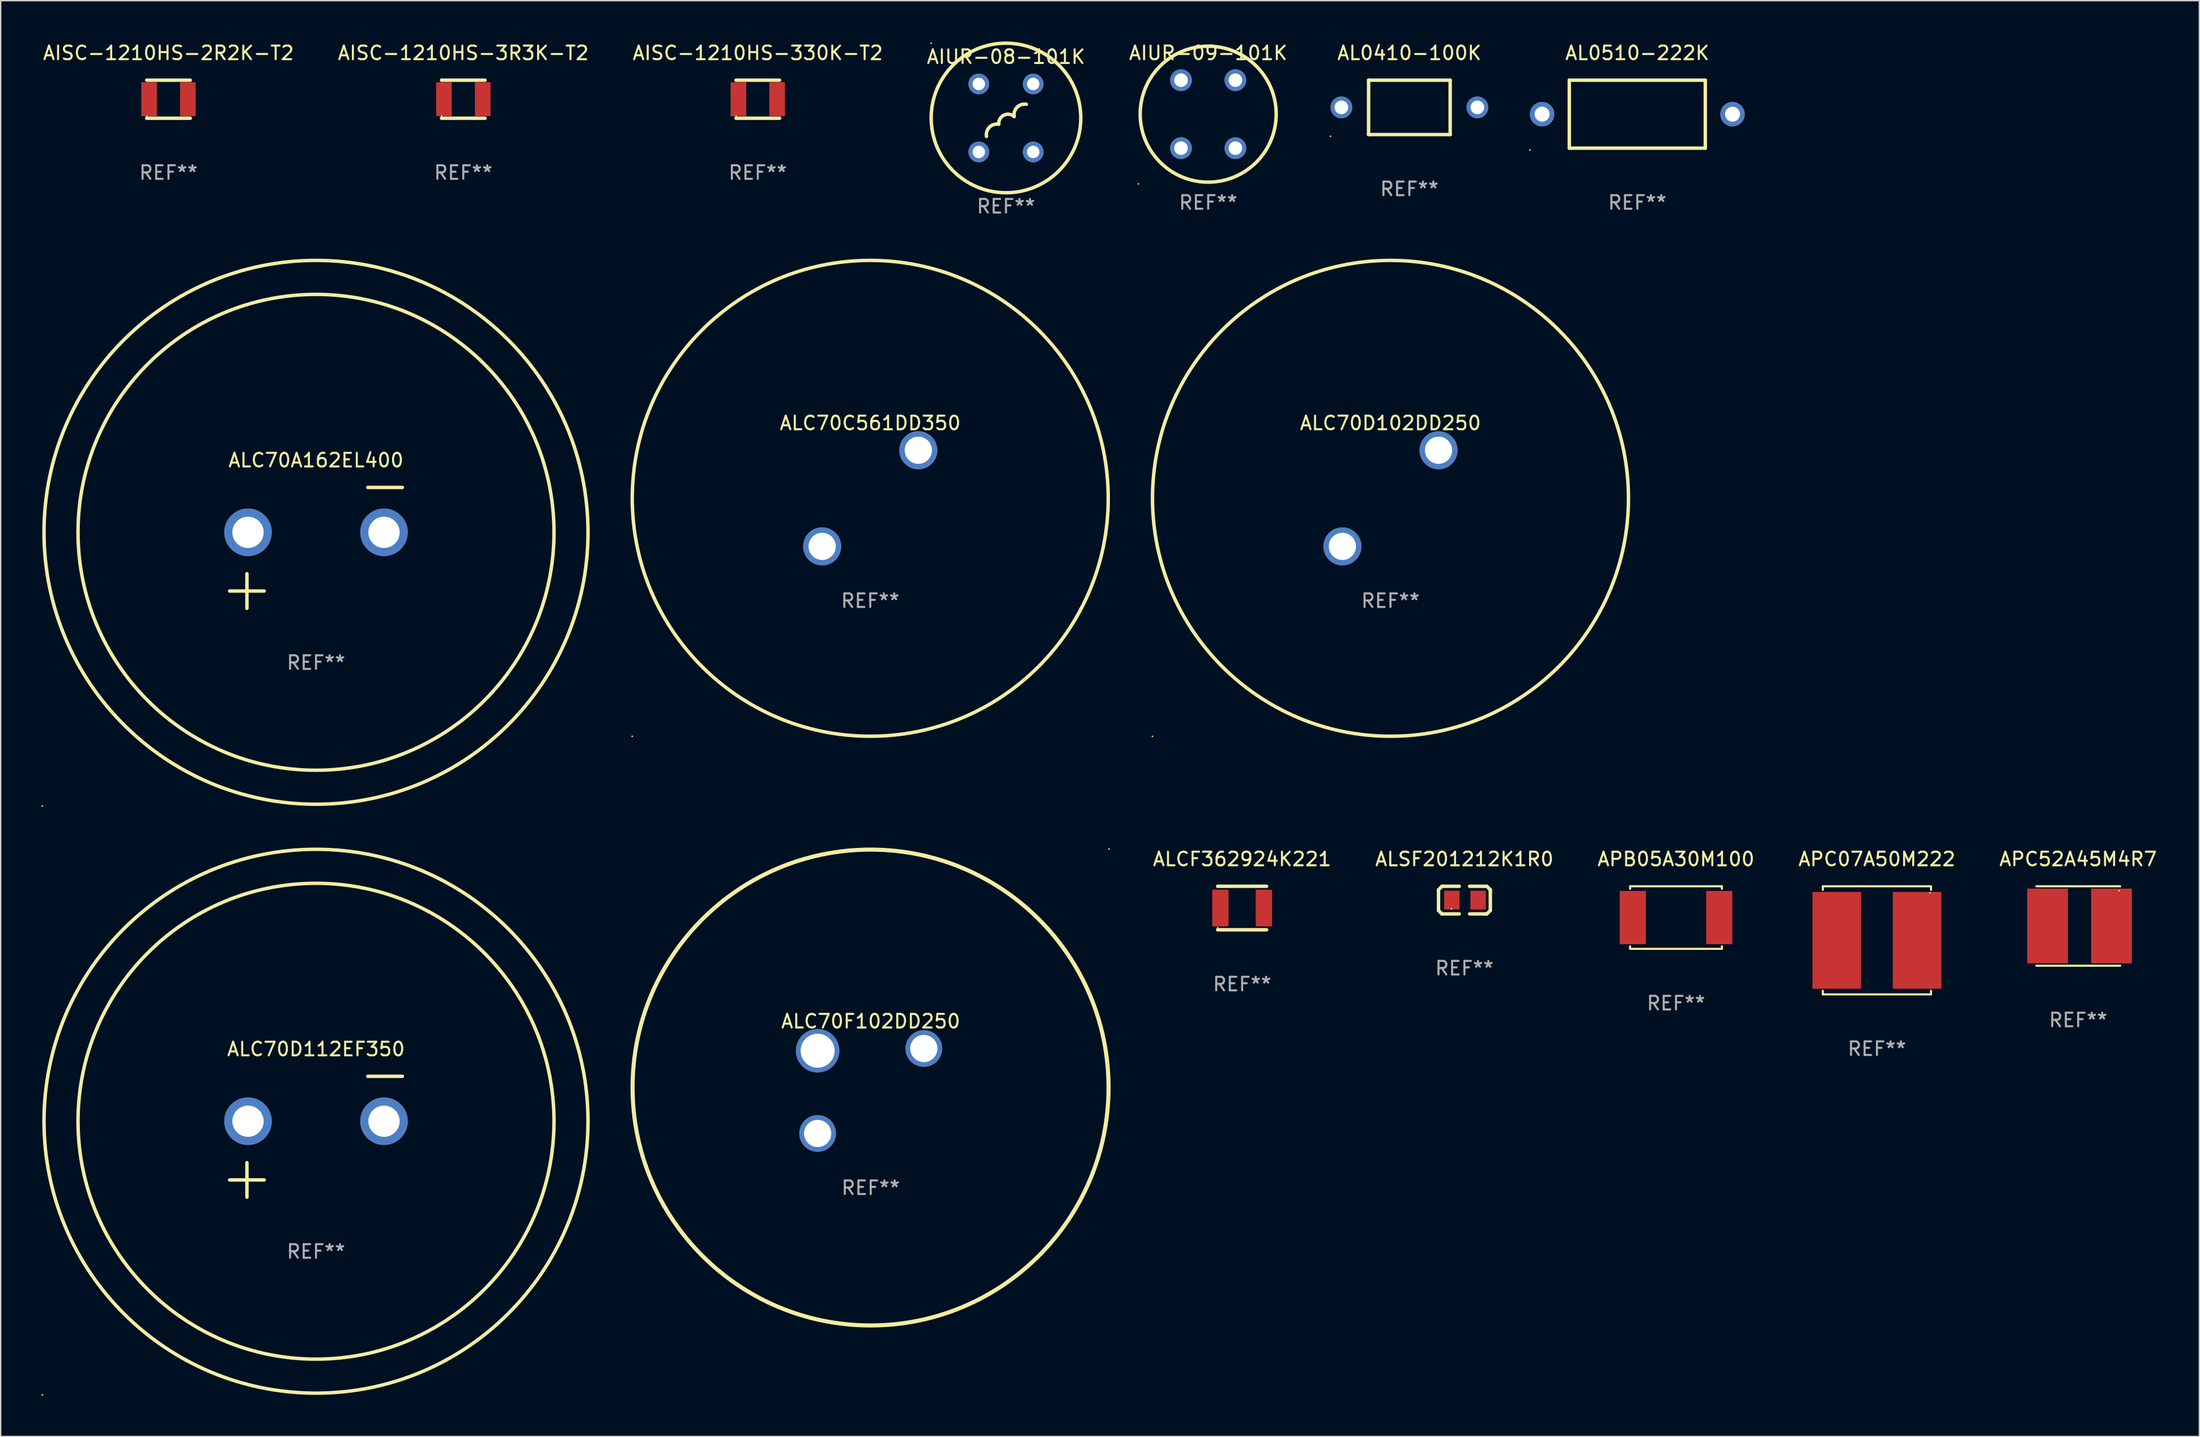
<source format=kicad_pcb>
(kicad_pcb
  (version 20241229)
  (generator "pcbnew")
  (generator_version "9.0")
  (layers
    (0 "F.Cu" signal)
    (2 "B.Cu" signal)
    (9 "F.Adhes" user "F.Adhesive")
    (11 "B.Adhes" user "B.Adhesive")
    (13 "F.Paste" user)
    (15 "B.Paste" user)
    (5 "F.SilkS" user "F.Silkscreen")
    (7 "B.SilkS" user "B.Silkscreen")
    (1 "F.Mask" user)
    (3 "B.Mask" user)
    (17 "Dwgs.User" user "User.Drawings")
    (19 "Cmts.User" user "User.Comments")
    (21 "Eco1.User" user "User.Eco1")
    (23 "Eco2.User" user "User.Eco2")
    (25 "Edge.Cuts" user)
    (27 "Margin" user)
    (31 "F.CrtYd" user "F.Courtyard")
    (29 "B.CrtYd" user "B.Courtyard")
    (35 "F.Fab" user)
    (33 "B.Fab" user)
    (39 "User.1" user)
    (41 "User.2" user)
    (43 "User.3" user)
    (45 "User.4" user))
  (footprint "ALCF362924K221"
    (layer "F.Cu")
    (at 88.288 63.739)
    (property "Reference" "ALCF362924K221" (at 0 -3.6 0) (layer "F.SilkS") (effects (font (size 1 1) (thickness 0.15))))
    (attr through_hole)
    (fp_line (start -1.8 -1.6) (end 1.8 -1.6) (stroke (width 0.254) (type solid)) (layer "F.SilkS"))
    (fp_line (start -1.8 1.6) (end 1.8 1.6) (stroke (width 0.254) (type solid)) (layer "F.SilkS"))
    (fp_circle (center -1.8 1.45) (end -1.77 1.45) (stroke (width 0.06) (type solid)) (fill no) (layer "F.SilkS"))
    (fp_text user "REF**" (at 0 5.6 0) (layer "F.Fab") (effects (font (size 1 1) (thickness 0.15))))
    (pad "1" smd rect (at -1.6 0 90) (size 2.7 1.2) (layers "F.Cu" "F.Mask" "F.Paste"))
    (pad "2" smd rect (at 1.6 0 90) (size 2.7 1.2) (layers "F.Cu" "F.Mask" "F.Paste")))
  (footprint "AIUR-08-101K"
    (layer "F.Cu")
    (at 70.923 5.627)
    (property "Reference" "AIUR-08-101K" (at 0 -4.5 0) (layer "F.SilkS") (effects (font (size 1 1) (thickness 0.15))))
    (attr through_hole)
    (fp_arc (start -1.432436 1.357531) (mid -1.21585 0.676098) (end -0.534417 0.459512) (stroke (width 0.254001) (type solid)) (layer "F.SilkS"))
    (fp_arc (start -0.534417 0.459512) (mid -0.156579 -0.204742) (end 0.601524 -0.108433) (stroke (width 0.254001) (type solid)) (layer "F.SilkS"))
    (fp_arc (start 0.601524 -0.108433) (mid 0.81811 -0.789866) (end 1.499543 -1.006452) (stroke (width 0.254001) (type solid)) (layer "F.SilkS"))
    (fp_circle (center -5.5 -5.5) (end -5.47 -5.5) (stroke (width 0.06) (type solid)) (fill no) (layer "F.SilkS"))
    (fp_circle (center 0 -0.000127) (end 5.5 -0.000127) (stroke (width 0.254) (type solid)) (fill no) (layer "F.SilkS"))
    (fp_text user "REF**" (at 0 6.5 0) (layer "F.Fab") (effects (font (size 1 1) (thickness 0.15))))
    (pad "1" thru_hole circle (at -2 -2.5) (size 1.524 1.524) (drill 0.914) (layers "*.Cu" "*.Mask"))
    (pad "2" thru_hole circle (at -2 2.5) (size 1.524 1.524) (drill 0.914) (layers "*.Cu" "*.Mask"))
    (pad "3" thru_hole circle (at 2 2.5) (size 1.524 1.524) (drill 0.914) (layers "*.Cu" "*.Mask"))
    (pad "4" thru_hole circle (at 2 -2.5) (size 1.524 1.524) (drill 0.914) (layers "*.Cu" "*.Mask")))
  (footprint "ALC70D112EF350"
    (layer "F.Cu")
    (at 20.187 80.562)
    (property "Reference" "ALC70D112EF350" (at 0 -6.445 0) (layer "F.SilkS") (effects (font (size 1 1) (thickness 0.15))))
    (attr through_hole)
    (fp_line (start -6.35 3.175) (end -3.81 3.175) (stroke (width 0.254) (type solid)) (layer "F.SilkS"))
    (fp_line (start -5.08 1.905) (end -5.08 4.445) (stroke (width 0.254) (type solid)) (layer "F.SilkS"))
    (fp_line (start 3.81 -4.445) (end 6.35 -4.445) (stroke (width 0.254) (type solid)) (layer "F.SilkS"))
    (fp_circle (center -20.127 18.984) (end -20.097 18.984) (stroke (width 0.06) (type solid)) (fill no) (layer "F.SilkS"))
    (fp_circle (center 0 -1.143) (end 17.5 -1.143) (stroke (width 0.254) (type solid)) (fill no) (layer "F.SilkS"))
    (fp_circle (center 0 -1.143) (end 20.001 -1.143) (stroke (width 0.254) (type solid)) (fill no) (layer "F.SilkS"))
    (fp_text user "REF**" (at 0 8.445 0) (layer "F.Fab") (effects (font (size 1 1) (thickness 0.15))))
    (pad "1" thru_hole circle (at -5 -1.143) (size 3.5 3.5) (drill 2.3) (layers "*.Cu" "*.Mask"))
    (pad "2" thru_hole circle (at 5 -1.143) (size 3.5 3.5) (drill 2.3) (layers "*.Cu" "*.Mask")))
  (footprint "AISC-1210HS-330K-T2"
    (layer "F.Cu")
    (at 52.673 4.248)
    (property "Reference" "AISC-1210HS-330K-T2" (at 0 -3.4 0) (layer "F.SilkS") (effects (font (size 1 1) (thickness 0.15))))
    (attr through_hole)
    (fp_line (start -1.6 -1.4) (end 1.6 -1.4) (stroke (width 0.254) (type solid)) (layer "F.SilkS"))
    (fp_line (start -1.6 1.4) (end 1.6 1.4) (stroke (width 0.254) (type solid)) (layer "F.SilkS"))
    (fp_circle (center -1.6 1.25) (end -1.57 1.25) (stroke (width 0.06) (type solid)) (fill no) (layer "F.SilkS"))
    (fp_text user "REF**" (at 0 5.4 0) (layer "F.Fab") (effects (font (size 1 1) (thickness 0.15))))
    (pad "1" smd rect (at -1.425 0 90) (size 2.5 1.15) (layers "F.Cu" "F.Mask" "F.Paste"))
    (pad "2" smd rect (at 1.425 0 90) (size 2.5 1.15) (layers "F.Cu" "F.Mask" "F.Paste")))
  (footprint "APB05A30M100"
    (layer "F.Cu")
    (at 120.193 64.44)
    (property "Reference" "APB05A30M100" (at 0 -4.301 0) (layer "F.SilkS") (effects (font (size 1 1) (thickness 0.15))))
    (attr through_hole)
    (fp_line (start -3.376 -2.301) (end 3.376 -2.301) (stroke (width 0.152) (type solid)) (layer "F.SilkS"))
    (fp_line (start -3.376 -2.112) (end -3.376 -2.301) (stroke (width 0.152) (type solid)) (layer "F.SilkS"))
    (fp_line (start -3.376 2.112) (end -3.376 2.301) (stroke (width 0.152) (type solid)) (layer "F.SilkS"))
    (fp_line (start -3.376 2.301) (end 3.376 2.301) (stroke (width 0.152) (type solid)) (layer "F.SilkS"))
    (fp_line (start 3.376 -2.301) (end 3.376 -2.112) (stroke (width 0.152) (type solid)) (layer "F.SilkS"))
    (fp_line (start 3.376 2.301) (end 3.376 2.112) (stroke (width 0.152) (type solid)) (layer "F.SilkS"))
    (fp_circle (center 3.31 -2.25) (end 3.34 -2.25) (stroke (width 0.06) (type solid)) (fill no) (layer "F.SilkS"))
    (fp_text user "REF**" (at 0 6.301 0) (layer "F.Fab") (effects (font (size 1 1) (thickness 0.15))))
    (pad "1" smd rect (at 3.178 0) (size 1.924 3.92) (layers "F.Cu" "F.Mask" "F.Paste"))
    (pad "2" smd rect (at -3.178 0) (size 1.924 3.92) (layers "F.Cu" "F.Mask" "F.Paste")))
  (footprint "APC52A45M4R7"
    (layer "F.Cu")
    (at 149.764 65.06)
    (property "Reference" "APC52A45M4R7" (at 0 -4.921 0) (layer "F.SilkS") (effects (font (size 1 1) (thickness 0.15))))
    (attr through_hole)
    (fp_line (start -3.076 2.921) (end 3.076 2.921) (stroke (width 0.152) (type solid)) (layer "F.SilkS"))
    (fp_line (start -3.076 -2.921) (end 3.076 -2.921) (stroke (width 0.152) (type solid)) (layer "F.SilkS"))
    (fp_line (start 3.076 2.921) (end 3.076 2.921) (stroke (width 0.152) (type solid)) (layer "F.SilkS"))
    (fp_line (start 3.076 -2.921) (end 3.076 -2.921) (stroke (width 0.152) (type solid)) (layer "F.SilkS"))
    (fp_circle (center 2.999 -2.6) (end 3.029 -2.6) (stroke (width 0.06) (type solid)) (fill no) (layer "F.SilkS"))
    (fp_text user "REF**" (at 0 6.921 0) (layer "F.Fab") (effects (font (size 1 1) (thickness 0.15))))
    (pad "1" smd rect (at 2.45 -0.000013) (size 3 5.5) (layers "F.Cu" "F.Mask" "F.Paste"))
    (pad "2" smd rect (at -2.251 -0.000013) (size 3 5.5) (layers "F.Cu" "F.Mask" "F.Paste")))
  (footprint "ALC70F102DD250"
    (layer "F.Cu")
    (at 60.977 77.195)
    (property "Reference" "ALC70F102DD250" (at 0 -5.124 0) (layer "F.SilkS") (effects (font (size 1 1) (thickness 0.15))))
    (attr through_hole)
    (fp_circle (center -0.012 -0.254) (end 17.488 -0.254) (stroke (width 0.3) (type solid)) (fill no) (layer "F.SilkS"))
    (fp_circle (center 17.521 -17.796) (end 17.551 -17.796) (stroke (width 0.06) (type solid)) (fill no) (layer "F.SilkS"))
    (fp_text user "REF**" (at 0 7.124 0) (layer "F.Fab") (effects (font (size 1 1) (thickness 0.15))))
    (pad "1" thru_hole circle (at 3.904 -3.124) (size 2.7 2.7) (drill 2) (layers "*.Cu" "*.Mask"))
    (pad "2" thru_hole circle (at -3.904 -2.96) (size 3.2 3.2) (drill 2.5) (layers "*.Cu" "*.Mask"))
    (pad "2" thru_hole circle (at -3.904 3.124) (size 2.7 2.7) (drill 2) (layers "*.Cu" "*.Mask")))
  (footprint "AISC-1210HS-3R3K-T2"
    (layer "F.Cu")
    (at 31.018 4.248)
    (property "Reference" "AISC-1210HS-3R3K-T2" (at 0 -3.4 0) (layer "F.SilkS") (effects (font (size 1 1) (thickness 0.15))))
    (attr through_hole)
    (fp_line (start -1.6 -1.4) (end 1.6 -1.4) (stroke (width 0.254) (type solid)) (layer "F.SilkS"))
    (fp_line (start -1.6 1.4) (end 1.6 1.4) (stroke (width 0.254) (type solid)) (layer "F.SilkS"))
    (fp_circle (center -1.6 1.25) (end -1.57 1.25) (stroke (width 0.06) (type solid)) (fill no) (layer "F.SilkS"))
    (fp_text user "REF**" (at 0 5.4 0) (layer "F.Fab") (effects (font (size 1 1) (thickness 0.15))))
    (pad "1" smd rect (at -1.425 0 90) (size 2.5 1.15) (layers "F.Cu" "F.Mask" "F.Paste"))
    (pad "2" smd rect (at 1.425 0 90) (size 2.5 1.15) (layers "F.Cu" "F.Mask" "F.Paste")))
  (footprint "AISC-1210HS-2R2K-T2"
    (layer "F.Cu")
    (at 9.339 4.248)
    (property "Reference" "AISC-1210HS-2R2K-T2" (at 0 -3.4 0) (layer "F.SilkS") (effects (font (size 1 1) (thickness 0.15))))
    (attr through_hole)
    (fp_line (start -1.6 -1.4) (end 1.6 -1.4) (stroke (width 0.254) (type solid)) (layer "F.SilkS"))
    (fp_line (start -1.6 1.4) (end 1.6 1.4) (stroke (width 0.254) (type solid)) (layer "F.SilkS"))
    (fp_circle (center -1.6 1.25) (end -1.57 1.25) (stroke (width 0.06) (type solid)) (fill no) (layer "F.SilkS"))
    (fp_text user "REF**" (at 0 5.4 0) (layer "F.Fab") (effects (font (size 1 1) (thickness 0.15))))
    (pad "1" smd rect (at -1.425 0 90) (size 2.5 1.15) (layers "F.Cu" "F.Mask" "F.Paste"))
    (pad "2" smd rect (at 1.425 0 90) (size 2.5 1.15) (layers "F.Cu" "F.Mask" "F.Paste")))
  (footprint "ALC70D102DD250"
    (layer "F.Cu")
    (at 99.196 33.603)
    (property "Reference" "ALC70D102DD250" (at 0 -5.536 0) (layer "F.SilkS") (effects (font (size 1 1) (thickness 0.15))))
    (attr through_hole)
    (fp_circle (center -17.505 17.505) (end -17.475 17.505) (stroke (width 0.06) (type solid)) (fill no) (layer "F.SilkS"))
    (fp_circle (center 0 -0.000127) (end 17.5 -0.000127) (stroke (width 0.254) (type solid)) (fill no) (layer "F.SilkS"))
    (fp_text user "REF**" (at 0 7.536 0) (layer "F.Fab") (effects (font (size 1 1) (thickness 0.15))))
    (pad "1" thru_hole circle (at -3.535 3.536) (size 2.8 2.8) (drill 2) (layers "*.Cu" "*.Mask"))
    (pad "2" thru_hole circle (at 3.535 -3.536) (size 2.8 2.8) (drill 2) (layers "*.Cu" "*.Mask")))
  (footprint "ALC70A162EL400"
    (layer "F.Cu")
    (at 20.187 37.247)
    (property "Reference" "ALC70A162EL400" (at 0 -6.445 0) (layer "F.SilkS") (effects (font (size 1 1) (thickness 0.15))))
    (attr through_hole)
    (fp_line (start -6.35 3.175) (end -3.81 3.175) (stroke (width 0.254) (type solid)) (layer "F.SilkS"))
    (fp_line (start -5.08 1.905) (end -5.08 4.445) (stroke (width 0.254) (type solid)) (layer "F.SilkS"))
    (fp_line (start 3.81 -4.445) (end 6.35 -4.445) (stroke (width 0.254) (type solid)) (layer "F.SilkS"))
    (fp_circle (center -20.127 18.984) (end -20.097 18.984) (stroke (width 0.06) (type solid)) (fill no) (layer "F.SilkS"))
    (fp_circle (center 0 -1.143) (end 17.5 -1.143) (stroke (width 0.254) (type solid)) (fill no) (layer "F.SilkS"))
    (fp_circle (center 0 -1.143) (end 20.001 -1.143) (stroke (width 0.254) (type solid)) (fill no) (layer "F.SilkS"))
    (fp_text user "REF**" (at 0 8.445 0) (layer "F.Fab") (effects (font (size 1 1) (thickness 0.15))))
    (pad "1" thru_hole circle (at -5 -1.143) (size 3.5 3.5) (drill 2.3) (layers "*.Cu" "*.Mask"))
    (pad "2" thru_hole circle (at 5 -1.143) (size 3.5 3.5) (drill 2.3) (layers "*.Cu" "*.Mask")))
  (footprint "AIUR-09-101K"
    (layer "F.Cu")
    (at 85.792 5.348)
    (property "Reference" "AIUR-09-101K" (at 0 -4.5 0) (layer "F.SilkS") (effects (font (size 1 1) (thickness 0.15))))
    (attr through_hole)
    (fp_circle (center -5.127 5.127) (end -5.097 5.127) (stroke (width 0.06) (type solid)) (fill no) (layer "F.SilkS"))
    (fp_circle (center 0 -0.000127) (end 5 -0.000127) (stroke (width 0.254) (type solid)) (fill no) (layer "F.SilkS"))
    (fp_text user "REF**" (at 0 6.5 0) (layer "F.Fab") (effects (font (size 1 1) (thickness 0.15))))
    (pad "1" thru_hole circle (at -2 2.5) (size 1.6 1.6) (drill 1) (layers "*.Cu" "*.Mask"))
    (pad "2" thru_hole circle (at -2 -2.5) (size 1.6 1.6) (drill 1) (layers "*.Cu" "*.Mask"))
    (pad "3" thru_hole circle (at 2 -2.5) (size 1.6 1.6) (drill 1) (layers "*.Cu" "*.Mask"))
    (pad "4" thru_hole circle (at 2 2.5) (size 1.6 1.6) (drill 1) (layers "*.Cu" "*.Mask")))
  (footprint "AL0510-222K"
    (layer "F.Cu")
    (at 117.346 5.348)
    (property "Reference" "AL0510-222K" (at 0 -4.5 0) (layer "F.SilkS") (effects (font (size 1 1) (thickness 0.15))))
    (attr through_hole)
    (fp_line (start -5 -2.5) (end 5 -2.5) (stroke (width 0.254) (type solid)) (layer "F.SilkS"))
    (fp_line (start -5 2.5) (end -5 -2.5) (stroke (width 0.254) (type solid)) (layer "F.SilkS"))
    (fp_line (start 5 -2.5) (end 5 2.5) (stroke (width 0.254) (type solid)) (layer "F.SilkS"))
    (fp_line (start 5 2.5) (end -5 2.5) (stroke (width 0.254) (type solid)) (layer "F.SilkS"))
    (fp_circle (center -7.9 2.627) (end -7.87 2.627) (stroke (width 0.06) (type solid)) (fill no) (layer "F.SilkS"))
    (fp_text user "REF**" (at 0 6.5 0) (layer "F.Fab") (effects (font (size 1 1) (thickness 0.15))))
    (pad "1" thru_hole circle (at -7 0) (size 1.8 1.8) (drill 1.1) (layers "*.Cu" "*.Mask"))
    (pad "2" thru_hole circle (at 7 0) (size 1.8 1.8) (drill 1.1) (layers "*.Cu" "*.Mask")))
  (footprint "AL0410-100K"
    (layer "F.Cu")
    (at 100.586 4.848)
    (property "Reference" "AL0410-100K" (at 0 -4 0) (layer "F.SilkS") (effects (font (size 1 1) (thickness 0.15))))
    (attr through_hole)
    (fp_line (start -3 -2) (end 3 -2) (stroke (width 0.254) (type solid)) (layer "F.SilkS"))
    (fp_line (start -3 2) (end -3 -2) (stroke (width 0.254) (type solid)) (layer "F.SilkS"))
    (fp_line (start 3 -2) (end 3 2) (stroke (width 0.254) (type solid)) (layer "F.SilkS"))
    (fp_line (start 3 2) (end -3 2) (stroke (width 0.254) (type solid)) (layer "F.SilkS"))
    (fp_circle (center -5.8 2.127) (end -5.77 2.127) (stroke (width 0.06) (type solid)) (fill no) (layer "F.SilkS"))
    (fp_text user "REF**" (at 0 6 0) (layer "F.Fab") (effects (font (size 1 1) (thickness 0.15))))
    (pad "1" thru_hole circle (at -5 0) (size 1.6 1.6) (drill 1) (layers "*.Cu" "*.Mask"))
    (pad "2" thru_hole circle (at 5 0) (size 1.6 1.6) (drill 1) (layers "*.Cu" "*.Mask")))
  (footprint "ALSF201212K1R0"
    (layer "F.Cu")
    (at 104.633 63.155)
    (property "Reference" "ALSF201212K1R0" (at 0 -3.016 0) (layer "F.SilkS") (effects (font (size 1 1) (thickness 0.15))))
    (attr through_hole)
    (fp_line (start -1.905 -0.762) (end -1.905 0.635) (stroke (width 0.254) (type solid)) (layer "F.SilkS"))
    (fp_line (start -1.905 0.635) (end -1.905 0.762) (stroke (width 0.254) (type solid)) (layer "F.SilkS"))
    (fp_line (start -1.905 0.762) (end -1.651 1.016) (stroke (width 0.254) (type solid)) (layer "F.SilkS"))
    (fp_line (start -1.651 -1.016) (end -1.905 -0.762) (stroke (width 0.254) (type solid)) (layer "F.SilkS"))
    (fp_line (start -1.651 1.016) (end -0.381 1.016) (stroke (width 0.254) (type solid)) (layer "F.SilkS"))
    (fp_line (start -1.524 -1.016) (end -1.651 -1.016) (stroke (width 0.254) (type solid)) (layer "F.SilkS"))
    (fp_line (start -0.381 -1.016) (end -1.524 -1.016) (stroke (width 0.254) (type solid)) (layer "F.SilkS"))
    (fp_line (start 0.381 1.016) (end 1.524 1.016) (stroke (width 0.254) (type solid)) (layer "F.SilkS"))
    (fp_line (start 1.524 1.016) (end 1.651 1.016) (stroke (width 0.254) (type solid)) (layer "F.SilkS"))
    (fp_line (start 1.651 -1.016) (end 0.381 -1.016) (stroke (width 0.254) (type solid)) (layer "F.SilkS"))
    (fp_line (start 1.651 1.016) (end 1.905 0.762) (stroke (width 0.254) (type solid)) (layer "F.SilkS"))
    (fp_line (start 1.905 -0.762) (end 1.651 -1.016) (stroke (width 0.254) (type solid)) (layer "F.SilkS"))
    (fp_line (start 1.905 -0.635) (end 1.905 -0.762) (stroke (width 0.254) (type solid)) (layer "F.SilkS"))
    (fp_line (start 1.905 0.762) (end 1.905 -0.635) (stroke (width 0.254) (type solid)) (layer "F.SilkS"))
    (fp_circle (center -0.96 0.637) (end -0.93 0.637) (stroke (width 0.06) (type solid)) (fill no) (layer "F.SilkS"))
    (fp_text user "REF**" (at 0 5.016 0) (layer "F.Fab") (effects (font (size 1 1) (thickness 0.15))))
    (pad "1" smd rect (at -0.926 -0.000051) (size 1.133 1.377) (layers "F.Cu" "F.Mask" "F.Paste"))
    (pad "2" smd rect (at 1.006 -0.000051) (size 1.133 1.377) (layers "F.Cu" "F.Mask" "F.Paste")))
  (footprint "APC07A50M222"
    (layer "F.Cu")
    (at 134.966 66.115)
    (property "Reference" "APC07A50M222" (at 0 -5.976 0) (layer "F.SilkS") (effects (font (size 1 1) (thickness 0.15))))
    (attr through_hole)
    (fp_line (start -3.976 -3.976) (end 3.976 -3.976) (stroke (width 0.152) (type solid)) (layer "F.SilkS"))
    (fp_line (start -3.976 -3.712) (end -3.976 -3.976) (stroke (width 0.152) (type solid)) (layer "F.SilkS"))
    (fp_line (start -3.976 3.712) (end -3.976 3.976) (stroke (width 0.152) (type solid)) (layer "F.SilkS"))
    (fp_line (start -3.976 3.976) (end 3.976 3.976) (stroke (width 0.152) (type solid)) (layer "F.SilkS"))
    (fp_line (start 3.976 -3.976) (end 3.976 -3.712) (stroke (width 0.152) (type solid)) (layer "F.SilkS"))
    (fp_line (start 3.976 3.976) (end 3.976 3.712) (stroke (width 0.152) (type solid)) (layer "F.SilkS"))
    (fp_circle (center 3.9 -3.5) (end 3.93 -3.5) (stroke (width 0.06) (type solid)) (fill no) (layer "F.SilkS"))
    (fp_text user "REF**" (at 0 7.976 0) (layer "F.Fab") (effects (font (size 1 1) (thickness 0.15))))
    (pad "1" smd rect (at 2.953 0) (size 3.574 7.12) (layers "F.Cu" "F.Mask" "F.Paste"))
    (pad "2" smd rect (at -2.953 0) (size 3.574 7.12) (layers "F.Cu" "F.Mask" "F.Paste")))
  (footprint "ALC70C561DD350"
    (layer "F.Cu")
    (at 60.942 33.603)
    (property "Reference" "ALC70C561DD350" (at 0 -5.536 0) (layer "F.SilkS") (effects (font (size 1 1) (thickness 0.15))))
    (attr through_hole)
    (fp_circle (center -17.505 17.505) (end -17.475 17.505) (stroke (width 0.06) (type solid)) (fill no) (layer "F.SilkS"))
    (fp_circle (center 0 -0.000127) (end 17.5 -0.000127) (stroke (width 0.254) (type solid)) (fill no) (layer "F.SilkS"))
    (fp_text user "REF**" (at 0 7.536 0) (layer "F.Fab") (effects (font (size 1 1) (thickness 0.15))))
    (pad "1" thru_hole circle (at -3.535 3.536) (size 2.8 2.8) (drill 2) (layers "*.Cu" "*.Mask"))
    (pad "2" thru_hole circle (at 3.535 -3.536) (size 2.8 2.8) (drill 2) (layers "*.Cu" "*.Mask")))
  (gr_rect
    (start -3 -3)
    (end 158.675 102.606)
    (stroke (width 0.1) (type default))
    (fill no)
    (layer "Edge.Cuts")))
</source>
